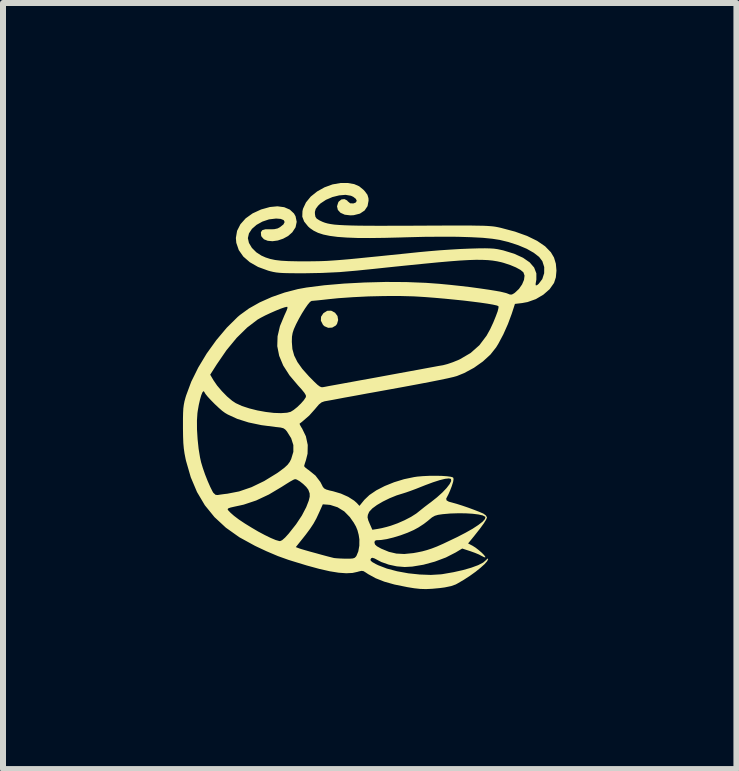
<source format=kicad_pcb>
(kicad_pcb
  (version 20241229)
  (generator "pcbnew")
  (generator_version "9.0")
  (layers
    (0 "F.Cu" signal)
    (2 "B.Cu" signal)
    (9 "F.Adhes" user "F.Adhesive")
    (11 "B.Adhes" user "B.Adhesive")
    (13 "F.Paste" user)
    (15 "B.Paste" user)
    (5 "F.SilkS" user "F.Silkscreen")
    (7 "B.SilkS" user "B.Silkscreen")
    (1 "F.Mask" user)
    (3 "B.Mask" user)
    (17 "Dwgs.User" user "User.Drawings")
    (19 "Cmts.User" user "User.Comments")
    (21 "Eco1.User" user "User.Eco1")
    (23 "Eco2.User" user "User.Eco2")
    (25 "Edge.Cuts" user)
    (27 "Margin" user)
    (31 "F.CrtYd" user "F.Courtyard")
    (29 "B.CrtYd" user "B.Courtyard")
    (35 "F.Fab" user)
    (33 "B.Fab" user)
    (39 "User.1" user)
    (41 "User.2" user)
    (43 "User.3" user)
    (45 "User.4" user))
  (footprint "prawn_logo_inverted_10mm"
    (layer "F.Cu")
    (at 3.114 3.393)
    (property "Reference" "prawn_logo_inverted_10mm" (at 5.47 -2.8 0) (layer "User.9") (effects (font (size 1.5 1.5) (thickness 0.3))))
    (attr board_only exclude_from_pos_files exclude_from_bom)
    (fp_poly (pts (xy -0.579 -1.23) (xy -0.538 -1.175) (xy -0.527 -1.108) (xy -0.546 -1.043) (xy -0.567 -1.016) (xy -0.626 -0.982) (xy -0.693 -0.978) (xy -0.756 -1.005) (xy -0.78 -1.028) (xy -0.815 -1.097) (xy -0.812 -1.163) (xy -0.773 -1.222) (xy -0.71 -1.262) (xy -0.644 -1.264)) (stroke (width 0) (type solid)) (fill yes) (layer "F.SilkS"))
    (fp_poly (pts (xy -0.366 -3.392) (xy -0.26 -3.374) (xy -0.177 -3.338) (xy -0.106 -3.28) (xy -0.081 -3.253) (xy -0.039 -3.196) (xy -0.022 -3.139) (xy -0.02 -3.099) (xy -0.037 -3.007) (xy -0.086 -2.934) (xy -0.164 -2.882) (xy -0.267 -2.856) (xy -0.323 -2.853) (xy -0.417 -2.864) (xy -0.488 -2.896) (xy -0.532 -2.944) (xy -0.546 -3.003) (xy -0.526 -3.068) (xy -0.517 -3.083) (xy -0.473 -3.118) (xy -0.422 -3.124) (xy -0.377 -3.101) (xy -0.367 -3.087) (xy -0.326 -3.054) (xy -0.271 -3.052) (xy -0.234 -3.067) (xy -0.217 -3.095) (xy -0.232 -3.128) (xy -0.275 -3.162) (xy -0.314 -3.18) (xy -0.404 -3.195) (xy -0.51 -3.186) (xy -0.623 -3.158) (xy -0.73 -3.112) (xy -0.821 -3.052) (xy -0.861 -3.014) (xy -0.901 -2.96) (xy -0.915 -2.91) (xy -0.914 -2.875) (xy -0.906 -2.829) (xy -0.885 -2.799) (xy -0.84 -2.77) (xy -0.821 -2.761) (xy -0.785 -2.744) (xy -0.747 -2.73) (xy -0.704 -2.718) (xy -0.653 -2.708) (xy -0.591 -2.699) (xy -0.515 -2.693) (xy -0.422 -2.688) (xy -0.309 -2.684) (xy -0.173 -2.681) (xy -0.012 -2.68) (xy 0.179 -2.679) (xy 0.401 -2.68) (xy 0.659 -2.68) (xy 0.769 -2.681) (xy 1.019 -2.682) (xy 1.234 -2.683) (xy 1.416 -2.683) (xy 1.569 -2.683) (xy 1.696 -2.683) (xy 1.8 -2.681) (xy 1.885 -2.68) (xy 1.954 -2.677) (xy 2.01 -2.673) (xy 2.056 -2.669) (xy 2.097 -2.663) (xy 2.134 -2.656) (xy 2.171 -2.648) (xy 2.188 -2.644) (xy 2.421 -2.582) (xy 2.622 -2.51) (xy 2.79 -2.428) (xy 2.923 -2.337) (xy 3.019 -2.238) (xy 3.071 -2.15) (xy 3.102 -2.047) (xy 3.112 -1.932) (xy 3.102 -1.82) (xy 3.072 -1.728) (xy 3.072 -1.727) (xy 2.998 -1.622) (xy 2.894 -1.531) (xy 2.769 -1.457) (xy 2.631 -1.408) (xy 2.539 -1.391) (xy 2.42 -1.377) (xy 2.366 -1.211) (xy 2.303 -1.041) (xy 2.227 -0.87) (xy 2.144 -0.714) (xy 2.106 -0.652) (xy 2.011 -0.532) (xy 1.884 -0.416) (xy 1.737 -0.312) (xy 1.576 -0.225) (xy 1.453 -0.175) (xy 1.396 -0.159) (xy 1.301 -0.137) (xy 1.167 -0.109) (xy 0.996 -0.075) (xy 0.786 -0.035) (xy 0.538 0.011) (xy 0.252 0.063) (xy 0.059 0.098) (xy -0.043 0.116) (xy -0.166 0.139) (xy -0.297 0.163) (xy -0.42 0.185) (xy -0.42 0.185) (xy -0.525 0.205) (xy -0.62 0.223) (xy -0.699 0.237) (xy -0.75 0.246) (xy -0.758 0.248) (xy -0.803 0.264) (xy -0.848 0.3) (xy -0.902 0.363) (xy -0.909 0.372) (xy -1.009 0.484) (xy -1.13 0.589) (xy -1.17 0.619) (xy -1.165 0.637) (xy -1.144 0.676) (xy -1.129 0.698) (xy -1.065 0.83) (xy -1.034 0.974) (xy -1.037 1.12) (xy -1.064 1.228) (xy -1.082 1.282) (xy -1.093 1.32) (xy -1.094 1.328) (xy -1.079 1.347) (xy -1.042 1.377) (xy -1.017 1.394) (xy -0.905 1.485) (xy -0.824 1.591) (xy -0.802 1.633) (xy -0.782 1.673) (xy -0.76 1.699) (xy -0.726 1.717) (xy -0.671 1.733) (xy -0.613 1.746) (xy -0.481 1.785) (xy -0.36 1.839) (xy -0.261 1.902) (xy -0.217 1.941) (xy -0.172 1.99) (xy -0.09 1.889) (xy -0.006 1.809) (xy 0.109 1.731) (xy 0.249 1.659) (xy 0.405 1.596) (xy 0.571 1.545) (xy 0.738 1.51) (xy 0.792 1.502) (xy 0.886 1.494) (xy 0.991 1.489) (xy 1.099 1.488) (xy 1.2 1.49) (xy 1.287 1.496) (xy 1.352 1.505) (xy 1.387 1.516) (xy 1.389 1.517) (xy 1.397 1.542) (xy 1.39 1.588) (xy 1.367 1.661) (xy 1.366 1.664) (xy 1.339 1.734) (xy 1.313 1.793) (xy 1.296 1.826) (xy 1.274 1.869) (xy 1.28 1.898) (xy 1.318 1.92) (xy 1.373 1.935) (xy 1.445 1.955) (xy 1.537 1.984) (xy 1.64 2.019) (xy 1.74 2.056) (xy 1.827 2.09) (xy 1.89 2.117) (xy 1.896 2.12) (xy 1.936 2.15) (xy 1.954 2.182) (xy 1.954 2.184) (xy 1.94 2.219) (xy 1.901 2.282) (xy 1.836 2.371) (xy 1.746 2.485) (xy 1.704 2.537) (xy 1.639 2.616) (xy 1.714 2.655) (xy 1.763 2.686) (xy 1.816 2.727) (xy 1.867 2.771) (xy 1.906 2.811) (xy 1.926 2.839) (xy 1.926 2.848) (xy 1.905 2.845) (xy 1.867 2.825) (xy 1.864 2.824) (xy 1.819 2.8) (xy 1.751 2.772) (xy 1.676 2.745) (xy 1.541 2.701) (xy 1.431 2.767) (xy 1.269 2.85) (xy 1.085 2.919) (xy 0.894 2.971) (xy 0.707 3.002) (xy 0.582 3.009) (xy 0.45 2.998) (xy 0.315 2.969) (xy 0.194 2.926) (xy 0.143 2.9) (xy 0.082 2.867) (xy 0.044 2.855) (xy 0.023 2.863) (xy 0.012 2.883) (xy 0.016 2.904) (xy 0.044 2.928) (xy 0.103 2.961) (xy 0.142 2.98) (xy 0.285 3.035) (xy 0.456 3.08) (xy 0.642 3.114) (xy 0.833 3.134) (xy 1.018 3.141) (xy 1.184 3.131) (xy 1.215 3.127) (xy 1.393 3.096) (xy 1.554 3.06) (xy 1.693 3.02) (xy 1.807 2.978) (xy 1.89 2.935) (xy 1.935 2.896) (xy 1.963 2.868) (xy 1.973 2.874) (xy 1.973 2.877) (xy 1.957 2.912) (xy 1.913 2.962) (xy 1.846 3.022) (xy 1.763 3.089) (xy 1.668 3.157) (xy 1.568 3.222) (xy 1.469 3.28) (xy 1.432 3.3) (xy 1.356 3.327) (xy 1.25 3.349) (xy 1.168 3.36) (xy 1.04 3.372) (xy 0.936 3.377) (xy 0.841 3.374) (xy 0.74 3.363) (xy 0.618 3.343) (xy 0.615 3.342) (xy 0.412 3.301) (xy 0.242 3.253) (xy 0.098 3.196) (xy -0.026 3.128) (xy -0.065 3.102) (xy -0.104 3.078) (xy -0.138 3.073) (xy -0.186 3.084) (xy -0.202 3.089) (xy -0.288 3.108) (xy -0.393 3.113) (xy -0.518 3.104) (xy -0.667 3.08) (xy -0.843 3.04) (xy -1.048 2.984) (xy -1.284 2.912) (xy -1.358 2.889) (xy -1.531 2.827) (xy -1.722 2.746) (xy -1.869 2.677) (xy -1.233 2.677) (xy -1.178 2.698) (xy -1.142 2.71) (xy -1.077 2.729) (xy -0.993 2.753) (xy -0.897 2.779) (xy -0.8 2.806) (xy -0.711 2.83) (xy -0.637 2.849) (xy -0.596 2.859) (xy -0.558 2.863) (xy -0.494 2.867) (xy -0.417 2.87) (xy -0.406 2.87) (xy -0.329 2.87) (xy -0.281 2.866) (xy -0.252 2.856) (xy -0.231 2.836) (xy -0.221 2.821) (xy -0.191 2.748) (xy -0.174 2.653) (xy -0.174 2.603) (xy 0.078 2.603) (xy 0.088 2.634) (xy 0.119 2.663) (xy 0.18 2.697) (xy 0.191 2.703) (xy 0.319 2.756) (xy 0.443 2.785) (xy 0.575 2.792) (xy 0.726 2.777) (xy 0.792 2.765) (xy 0.875 2.748) (xy 0.952 2.727) (xy 1.032 2.701) (xy 1.12 2.667) (xy 1.224 2.621) (xy 1.35 2.561) (xy 1.455 2.511) (xy 1.594 2.439) (xy 1.713 2.372) (xy 1.809 2.309) (xy 1.879 2.255) (xy 1.919 2.21) (xy 1.928 2.178) (xy 1.923 2.17) (xy 1.883 2.149) (xy 1.81 2.133) (xy 1.713 2.121) (xy 1.598 2.114) (xy 1.473 2.113) (xy 1.343 2.117) (xy 1.217 2.128) (xy 1.14 2.139) (xy 1.085 2.155) (xy 1.037 2.182) (xy 0.98 2.229) (xy 0.974 2.235) (xy 0.901 2.291) (xy 0.812 2.349) (xy 0.733 2.392) (xy 0.629 2.438) (xy 0.512 2.481) (xy 0.393 2.517) (xy 0.283 2.544) (xy 0.192 2.558) (xy 0.164 2.56) (xy 0.11 2.562) (xy 0.085 2.573) (xy 0.079 2.597) (xy 0.078 2.603) (xy -0.174 2.603) (xy -0.173 2.55) (xy -0.185 2.472) (xy -0.205 2.396) (xy -0.231 2.333) (xy -0.268 2.268) (xy -0.324 2.189) (xy -0.329 2.181) (xy -0.037 2.181) (xy -0.025 2.231) (xy 0.002 2.295) (xy 0.043 2.388) (xy 0.132 2.374) (xy 0.2 2.361) (xy 0.284 2.34) (xy 0.35 2.321) (xy 0.464 2.28) (xy 0.58 2.229) (xy 0.688 2.173) (xy 0.776 2.117) (xy 0.805 2.094) (xy 0.85 2.058) (xy 0.915 2.006) (xy 0.989 1.95) (xy 1.019 1.928) (xy 1.121 1.847) (xy 1.21 1.767) (xy 1.281 1.692) (xy 1.331 1.627) (xy 1.357 1.576) (xy 1.354 1.542) (xy 1.352 1.54) (xy 1.319 1.532) (xy 1.255 1.539) (xy 1.165 1.561) (xy 1.053 1.597) (xy 0.924 1.645) (xy 0.861 1.67) (xy 0.768 1.707) (xy 0.679 1.74) (xy 0.605 1.766) (xy 0.567 1.778) (xy 0.448 1.815) (xy 0.33 1.863) (xy 0.218 1.918) (xy 0.119 1.976) (xy 0.043 2.032) (xy -0.005 2.083) (xy -0.011 2.092) (xy -0.032 2.14) (xy -0.037 2.181) (xy -0.329 2.181) (xy -0.334 2.175) (xy -0.425 2.082) (xy -0.537 2.013) (xy -0.659 1.974) (xy -0.699 1.97) (xy -0.783 1.964) (xy -0.844 2.1) (xy -0.89 2.199) (xy -0.938 2.286) (xy -0.995 2.372) (xy -1.066 2.468) (xy -1.119 2.535) (xy -1.233 2.677) (xy -1.869 2.677) (xy -1.915 2.655) (xy -2.174 2.513) (xy -2.398 2.354) (xy -2.589 2.177) (xy -2.696 2.045) (xy -2.37 2.045) (xy -2.361 2.063) (xy -2.337 2.088) (xy -2.322 2.104) (xy -2.263 2.156) (xy -2.181 2.218) (xy -2.082 2.284) (xy -1.973 2.351) (xy -1.861 2.417) (xy -1.752 2.475) (xy -1.652 2.524) (xy -1.569 2.559) (xy -1.509 2.576) (xy -1.495 2.577) (xy -1.461 2.562) (xy -1.411 2.518) (xy -1.352 2.453) (xy -1.228 2.296) (xy -1.132 2.151) (xy -1.059 2.011) (xy -1.052 1.993) (xy -1.017 1.903) (xy -1.001 1.836) (xy -1.002 1.782) (xy -1.021 1.729) (xy -1.026 1.718) (xy -1.059 1.674) (xy -1.11 1.625) (xy -1.166 1.581) (xy -1.217 1.551) (xy -1.245 1.544) (xy -1.272 1.554) (xy -1.323 1.582) (xy -1.391 1.624) (xy -1.468 1.673) (xy -1.681 1.8) (xy -1.894 1.9) (xy -2.101 1.969) (xy -2.159 1.982) (xy -2.257 2.003) (xy -2.322 2.018) (xy -2.358 2.031) (xy -2.37 2.045) (xy -2.696 2.045) (xy -2.749 1.98) (xy -2.88 1.759) (xy -2.984 1.513) (xy -3.063 1.239) (xy -3.071 1.203) (xy -3.088 1.116) (xy -3.1 1.032) (xy -3.108 0.942) (xy -3.112 0.835) (xy -3.114 0.701) (xy -3.114 0.664) (xy -3.114 0.569) (xy -2.881 0.569) (xy -2.88 0.718) (xy -2.87 0.879) (xy -2.853 1.039) (xy -2.829 1.185) (xy -2.812 1.262) (xy -2.783 1.358) (xy -2.746 1.465) (xy -2.703 1.574) (xy -2.66 1.672) (xy -2.622 1.748) (xy -2.608 1.772) (xy -2.57 1.806) (xy -2.535 1.809) (xy -2.492 1.802) (xy -2.426 1.793) (xy -2.374 1.787) (xy -2.178 1.749) (xy -1.971 1.678) (xy -1.76 1.576) (xy -1.548 1.446) (xy -1.501 1.413) (xy -1.423 1.354) (xy -1.37 1.305) (xy -1.335 1.258) (xy -1.311 1.211) (xy -1.274 1.09) (xy -1.274 0.976) (xy -1.31 0.863) (xy -1.381 0.749) (xy -1.41 0.716) (xy -1.44 0.696) (xy -1.485 0.684) (xy -1.556 0.676) (xy -1.569 0.675) (xy -1.806 0.644) (xy -2.021 0.599) (xy -2.21 0.539) (xy -2.367 0.467) (xy -2.413 0.44) (xy -2.461 0.405) (xy -2.52 0.353) (xy -2.584 0.293) (xy -2.646 0.23) (xy -2.7 0.172) (xy -2.738 0.125) (xy -2.755 0.097) (xy -2.755 0.095) (xy -2.769 0.078) (xy -2.772 0.078) (xy -2.789 0.096) (xy -2.809 0.145) (xy -2.83 0.218) (xy -2.85 0.306) (xy -2.867 0.402) (xy -2.873 0.444) (xy -2.881 0.569) (xy -3.114 0.569) (xy -3.114 0.537) (xy -3.112 0.441) (xy -3.108 0.366) (xy -3.1 0.305) (xy -3.089 0.248) (xy -3.073 0.188) (xy -3.061 0.149) (xy -2.976 -0.08) (xy -2.918 -0.197) (xy -2.66 -0.197) (xy -2.606 -0.105) (xy -2.545 -0.016) (xy -2.466 0.077) (xy -2.379 0.166) (xy -2.294 0.238) (xy -2.233 0.278) (xy -2.131 0.325) (xy -2.008 0.365) (xy -1.873 0.399) (xy -1.734 0.424) (xy -1.6 0.44) (xy -1.479 0.444) (xy -1.379 0.437) (xy -1.319 0.422) (xy -1.269 0.391) (xy -1.209 0.343) (xy -1.148 0.284) (xy -1.098 0.227) (xy -1.067 0.18) (xy -1.064 0.172) (xy -1.066 0.145) (xy -1.09 0.105) (xy -1.138 0.046) (xy -1.195 -0.017) (xy -1.338 -0.186) (xy -1.443 -0.35) (xy -1.51 -0.511) (xy -1.542 -0.672) (xy -1.54 -0.742) (xy -1.299 -0.742) (xy -1.29 -0.625) (xy -1.26 -0.516) (xy -1.206 -0.408) (xy -1.125 -0.294) (xy -1.013 -0.168) (xy -0.997 -0.152) (xy -0.924 -0.078) (xy -0.871 -0.028) (xy -0.833 0.000145) (xy -0.804 0.012) (xy -0.78 0.011) (xy -0.746 0.005) (xy -0.68 -0.008) (xy -0.591 -0.024) (xy -0.486 -0.043) (xy -0.41 -0.057) (xy -0.305 -0.076) (xy -0.17 -0.101) (xy -0.013 -0.129) (xy 0.156 -0.16) (xy 0.329 -0.192) (xy 0.497 -0.223) (xy 0.508 -0.225) (xy 0.662 -0.253) (xy 0.809 -0.28) (xy 0.943 -0.305) (xy 1.058 -0.326) (xy 1.149 -0.343) (xy 1.209 -0.353) (xy 1.221 -0.355) (xy 1.294 -0.374) (xy 1.385 -0.405) (xy 1.478 -0.443) (xy 1.504 -0.455) (xy 1.68 -0.558) (xy 1.827 -0.688) (xy 1.947 -0.847) (xy 2.008 -0.957) (xy 2.061 -1.072) (xy 2.102 -1.173) (xy 2.132 -1.254) (xy 2.146 -1.312) (xy 2.145 -1.34) (xy 2.144 -1.34) (xy 2.116 -1.351) (xy 2.053 -1.365) (xy 1.961 -1.381) (xy 1.845 -1.398) (xy 1.71 -1.415) (xy 1.561 -1.433) (xy 1.403 -1.449) (xy 1.241 -1.465) (xy 1.08 -1.479) (xy 0.925 -1.491) (xy 0.781 -1.5) (xy 0.723 -1.503) (xy 0.493 -1.509) (xy 0.24 -1.508) (xy -0.023 -1.502) (xy -0.283 -1.489) (xy -0.526 -1.472) (xy -0.684 -1.456) (xy -0.783 -1.445) (xy -0.868 -1.436) (xy -0.933 -1.43) (xy -0.968 -1.427) (xy -0.971 -1.426) (xy -0.996 -1.41) (xy -1.034 -1.365) (xy -1.08 -1.299) (xy -1.131 -1.218) (xy -1.182 -1.128) (xy -1.228 -1.039) (xy -1.265 -0.957) (xy -1.286 -0.893) (xy -1.297 -0.83) (xy -1.299 -0.752) (xy -1.299 -0.742) (xy -1.54 -0.742) (xy -1.537 -0.837) (xy -1.497 -1.008) (xy -1.422 -1.188) (xy -1.42 -1.192) (xy -1.386 -1.267) (xy -1.371 -1.311) (xy -1.376 -1.328) (xy -1.379 -1.329) (xy -1.419 -1.32) (xy -1.484 -1.298) (xy -1.565 -1.265) (xy -1.654 -1.226) (xy -1.742 -1.185) (xy -1.819 -1.145) (xy -1.871 -1.115) (xy -2.045 -0.982) (xy -2.218 -0.812) (xy -2.388 -0.606) (xy -2.552 -0.367) (xy -2.66 -0.197) (xy -2.918 -0.197) (xy -2.86 -0.315) (xy -2.719 -0.549) (xy -2.558 -0.773) (xy -2.384 -0.98) (xy -2.202 -1.16) (xy -2.163 -1.193) (xy -2.014 -1.301) (xy -1.835 -1.402) (xy -1.633 -1.492) (xy -1.418 -1.567) (xy -1.198 -1.624) (xy -1.055 -1.65) (xy -0.755 -1.688) (xy -0.427 -1.716) (xy -0.084 -1.734) (xy 0.266 -1.743) (xy 0.61 -1.741) (xy 0.938 -1.728) (xy 1.157 -1.712) (xy 1.335 -1.695) (xy 1.512 -1.676) (xy 1.683 -1.656) (xy 1.843 -1.634) (xy 1.987 -1.613) (xy 2.11 -1.593) (xy 2.207 -1.574) (xy 2.272 -1.558) (xy 2.289 -1.552) (xy 2.337 -1.533) (xy 2.369 -1.533) (xy 2.405 -1.553) (xy 2.419 -1.563) (xy 2.487 -1.627) (xy 2.539 -1.702) (xy 2.571 -1.778) (xy 2.58 -1.848) (xy 2.561 -1.903) (xy 2.558 -1.906) (xy 2.512 -1.944) (xy 2.435 -1.986) (xy 2.339 -2.026) (xy 2.232 -2.061) (xy 2.192 -2.072) (xy 2.123 -2.087) (xy 2.049 -2.099) (xy 1.969 -2.107) (xy 1.877 -2.111) (xy 1.772 -2.112) (xy 1.649 -2.108) (xy 1.505 -2.1) (xy 1.338 -2.087) (xy 1.142 -2.07) (xy 0.916 -2.048) (xy 0.656 -2.022) (xy 0.557 -2.012) (xy 0.41 -1.997) (xy 0.239 -1.979) (xy 0.061 -1.96) (xy -0.109 -1.943) (xy -0.215 -1.932) (xy -0.505 -1.907) (xy -0.803 -1.893) (xy -1.075 -1.888) (xy -1.223 -1.888) (xy -1.339 -1.889) (xy -1.429 -1.891) (xy -1.5 -1.895) (xy -1.558 -1.901) (xy -1.609 -1.91) (xy -1.66 -1.922) (xy -1.695 -1.932) (xy -1.862 -1.993) (xy -2 -2.072) (xy -2.108 -2.166) (xy -2.184 -2.275) (xy -2.225 -2.395) (xy -2.232 -2.476) (xy -2.212 -2.595) (xy -2.156 -2.705) (xy -2.069 -2.803) (xy -1.953 -2.886) (xy -1.812 -2.951) (xy -1.665 -2.992) (xy -1.539 -3.004) (xy -1.426 -2.989) (xy -1.333 -2.949) (xy -1.264 -2.885) (xy -1.237 -2.838) (xy -1.218 -2.745) (xy -1.237 -2.654) (xy -1.291 -2.571) (xy -1.361 -2.509) (xy -1.444 -2.464) (xy -1.533 -2.434) (xy -1.622 -2.422) (xy -1.701 -2.429) (xy -1.764 -2.454) (xy -1.804 -2.498) (xy -1.811 -2.517) (xy -1.815 -2.572) (xy -1.792 -2.606) (xy -1.74 -2.621) (xy -1.673 -2.621) (xy -1.595 -2.622) (xy -1.536 -2.635) (xy -1.497 -2.656) (xy -1.439 -2.702) (xy -1.419 -2.742) (xy -1.435 -2.774) (xy -1.485 -2.794) (xy -1.562 -2.8) (xy -1.68 -2.786) (xy -1.79 -2.749) (xy -1.887 -2.695) (xy -1.964 -2.628) (xy -2.014 -2.552) (xy -2.032 -2.473) (xy -2.014 -2.393) (xy -1.965 -2.311) (xy -1.891 -2.237) (xy -1.806 -2.182) (xy -1.736 -2.151) (xy -1.662 -2.127) (xy -1.578 -2.109) (xy -1.477 -2.097) (xy -1.354 -2.09) (xy -1.203 -2.087) (xy -1.075 -2.087) (xy -0.994 -2.087) (xy -0.921 -2.088) (xy -0.852 -2.089) (xy -0.783 -2.091) (xy -0.712 -2.094) (xy -0.635 -2.099) (xy -0.549 -2.105) (xy -0.45 -2.113) (xy -0.334 -2.123) (xy -0.2 -2.136) (xy -0.042 -2.152) (xy 0.141 -2.17) (xy 0.355 -2.192) (xy 0.601 -2.217) (xy 0.821 -2.24) (xy 0.983 -2.255) (xy 1.16 -2.27) (xy 1.338 -2.282) (xy 1.506 -2.292) (xy 1.651 -2.298) (xy 1.68 -2.299) (xy 1.817 -2.303) (xy 1.922 -2.304) (xy 2.003 -2.302) (xy 2.069 -2.298) (xy 2.127 -2.29) (xy 2.184 -2.278) (xy 2.225 -2.269) (xy 2.408 -2.213) (xy 2.555 -2.146) (xy 2.666 -2.069) (xy 2.74 -1.983) (xy 2.777 -1.886) (xy 2.777 -1.781) (xy 2.774 -1.765) (xy 2.764 -1.707) (xy 2.769 -1.684) (xy 2.792 -1.692) (xy 2.815 -1.711) (xy 2.876 -1.791) (xy 2.907 -1.888) (xy 2.908 -1.991) (xy 2.877 -2.089) (xy 2.823 -2.16) (xy 2.734 -2.229) (xy 2.616 -2.296) (xy 2.473 -2.356) (xy 2.31 -2.409) (xy 2.165 -2.444) (xy 2.043 -2.463) (xy 1.884 -2.479) (xy 1.689 -2.489) (xy 1.461 -2.496) (xy 1.2 -2.497) (xy 0.909 -2.495) (xy 0.589 -2.487) (xy 0.528 -2.485) (xy 0.248 -2.478) (xy 0.005 -2.475) (xy -0.205 -2.476) (xy -0.385 -2.483) (xy -0.538 -2.494) (xy -0.667 -2.511) (xy -0.774 -2.533) (xy -0.863 -2.562) (xy -0.936 -2.598) (xy -0.997 -2.64) (xy -1.028 -2.668) (xy -1.094 -2.75) (xy -1.125 -2.831) (xy -1.122 -2.922) (xy -1.113 -2.963) (xy -1.064 -3.068) (xy -0.984 -3.166) (xy -0.878 -3.251) (xy -0.755 -3.32) (xy -0.621 -3.369) (xy -0.482 -3.393)) (stroke (width 0) (type solid)) (fill yes) (layer "F.SilkS")))
  (gr_rect
    (start -3 -3)
    (end 9.226 9.77)
    (stroke (width 0.1) (type default))
    (fill no)
    (layer "Edge.Cuts")))
</source>
